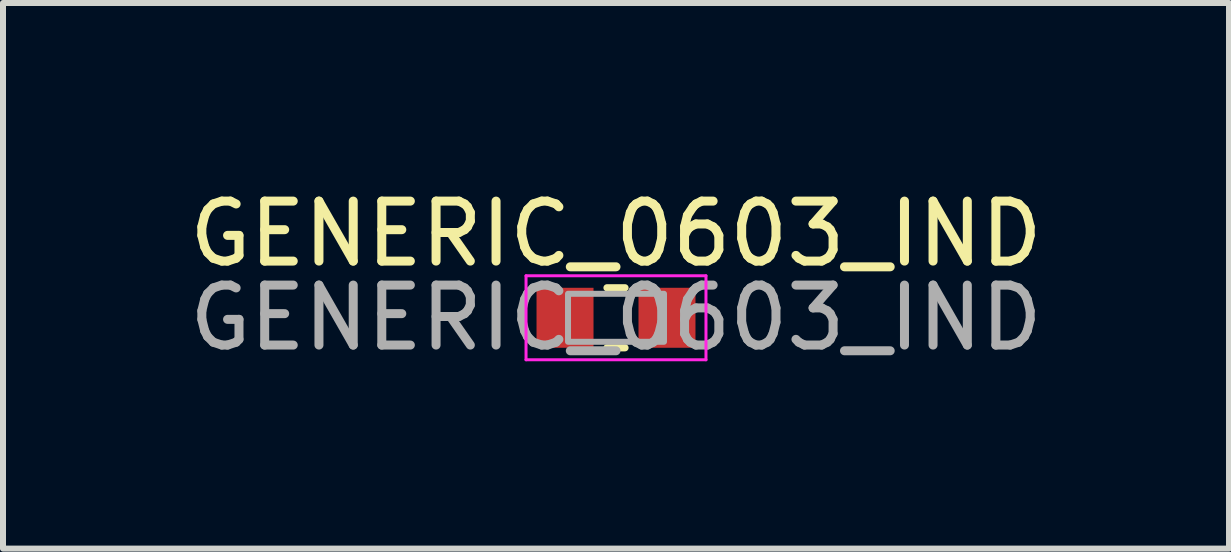
<source format=kicad_pcb>
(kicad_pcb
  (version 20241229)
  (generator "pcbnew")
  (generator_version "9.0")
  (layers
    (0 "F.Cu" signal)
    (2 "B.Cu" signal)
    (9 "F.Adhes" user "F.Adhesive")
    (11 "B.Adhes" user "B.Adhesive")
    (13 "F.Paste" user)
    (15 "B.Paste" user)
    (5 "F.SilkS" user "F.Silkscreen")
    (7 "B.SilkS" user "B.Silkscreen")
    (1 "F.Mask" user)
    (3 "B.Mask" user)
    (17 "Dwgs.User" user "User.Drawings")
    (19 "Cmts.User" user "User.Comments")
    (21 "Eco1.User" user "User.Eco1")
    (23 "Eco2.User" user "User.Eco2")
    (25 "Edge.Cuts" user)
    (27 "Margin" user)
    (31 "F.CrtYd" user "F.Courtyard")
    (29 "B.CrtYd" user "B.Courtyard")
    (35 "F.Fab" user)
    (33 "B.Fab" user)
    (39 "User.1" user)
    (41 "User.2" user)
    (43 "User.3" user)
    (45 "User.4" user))
  (footprint "GENERIC_0603_IND"
    (layer "F.Cu")
    (at 7.22 2.248)
    (property "Reference" "GENERIC_0603_IND" (at 0 -1.4 0) (unlocked yes) (layer "F.SilkS") (effects (font (size 1 1) (thickness 0.15))))
    (attr smd)
    (fp_line (start -0.15 -0.5) (end 0.15 -0.5) (stroke (width 0.12) (type solid)) (layer "F.SilkS"))
    (fp_line (start -0.15 0.5) (end 0.15 0.5) (stroke (width 0.12) (type solid)) (layer "F.SilkS"))
    (fp_line (start -1.5 0.7) (end -1.5 -0.7) (stroke (width 0.05) (type solid)) (layer "F.CrtYd"))
    (fp_line (start 1.5 -0.7) (end -1.5 -0.7) (stroke (width 0.05) (type solid)) (layer "F.CrtYd"))
    (fp_line (start 1.5 0.7) (end -1.5 0.7) (stroke (width 0.05) (type solid)) (layer "F.CrtYd"))
    (fp_line (start 1.5 0.7) (end 1.5 -0.7) (stroke (width 0.05) (type solid)) (layer "F.CrtYd"))
    (fp_rect (start -0.8 -0.4) (end 0.8 0.4) (stroke (width 0.1) (type solid)) (fill no) (layer "F.Fab"))
    (fp_text user "${REFERENCE}" (at 0 0 0) (unlocked yes) (layer "F.Fab") (effects (font (size 1 1) (thickness 0.15))))
    (pad "1" smd rect (at -0.85 0) (size 0.95 1) (layers "F.Cu" "F.Mask" "F.Paste"))
    (pad "2" smd rect (at 0.85 0) (size 0.95 1) (layers "F.Cu" "F.Mask" "F.Paste")))
  (gr_rect
    (start -3 -3)
    (end 17.44 6.096)
    (stroke (width 0.1) (type default))
    (fill no)
    (layer "Edge.Cuts")))
</source>
